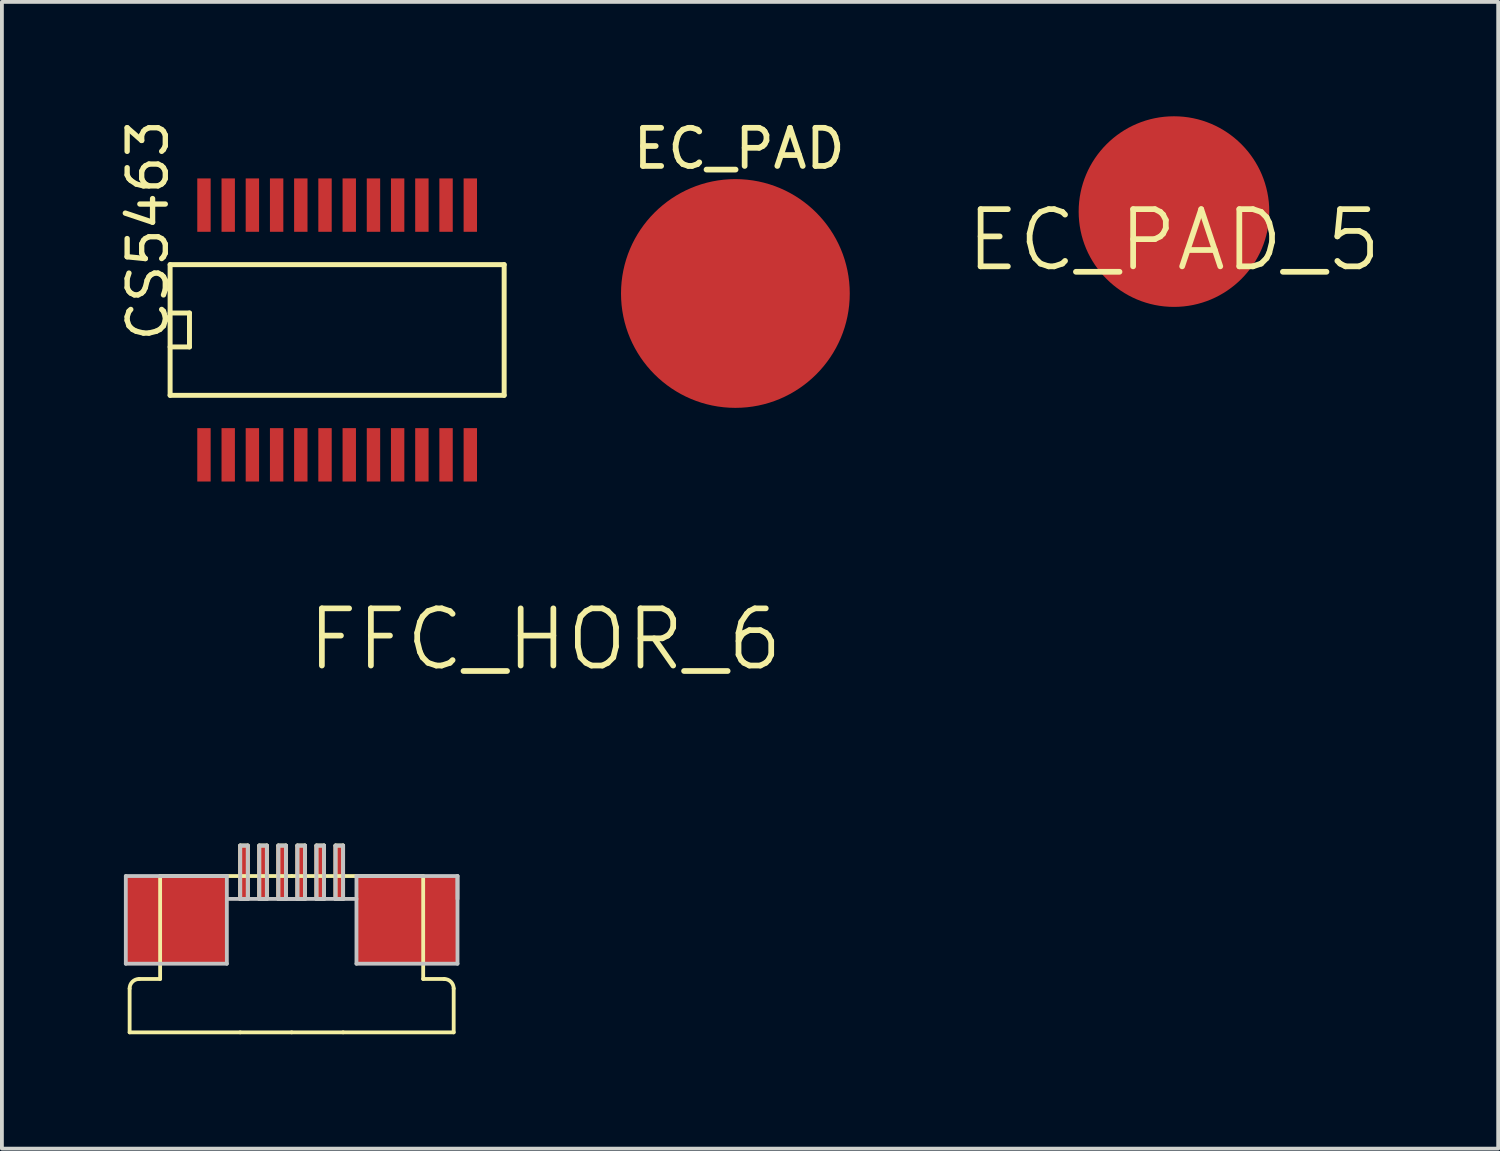
<source format=kicad_pcb>
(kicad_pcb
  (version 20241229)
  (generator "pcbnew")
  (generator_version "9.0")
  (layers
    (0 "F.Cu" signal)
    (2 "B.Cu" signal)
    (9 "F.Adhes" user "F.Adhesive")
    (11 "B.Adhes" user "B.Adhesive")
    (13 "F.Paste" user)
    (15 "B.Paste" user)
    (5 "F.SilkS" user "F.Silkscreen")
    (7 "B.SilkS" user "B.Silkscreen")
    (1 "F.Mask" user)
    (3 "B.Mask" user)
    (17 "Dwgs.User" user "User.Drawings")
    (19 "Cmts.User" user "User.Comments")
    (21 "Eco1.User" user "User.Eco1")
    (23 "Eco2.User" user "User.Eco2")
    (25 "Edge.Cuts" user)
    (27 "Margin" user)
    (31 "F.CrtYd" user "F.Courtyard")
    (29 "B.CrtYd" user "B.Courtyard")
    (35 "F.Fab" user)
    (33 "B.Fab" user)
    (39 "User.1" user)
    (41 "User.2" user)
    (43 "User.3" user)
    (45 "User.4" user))
  (footprint "EC_PAD"
    (layer "F.Cu")
    (at 16.239 4.648)
    (property "Reference" "EC_PAD" (at 0.1 -3.8 0) (layer "F.SilkS") (effects (font (size 1 1) (thickness 0.15))))
    (attr through_hole)
    (pad "1" smd circle (at 0 0) (size 6 6) (layers "F.Cu" "F.Mask" "F.Paste")))
  (footprint "EC_PAD_5"
    (layer "F.Cu")
    (at 27.743 2.5)
    (property "Reference" "EC_PAD_5" (at 0 0.75 0) (layer "F.SilkS") (effects (font (size 1.5 1.5) (thickness 0.15))))
    (attr through_hole)
    (pad "1" smd circle (at 0 0) (size 5 5) (layers "F.Cu" "F.Mask" "F.Paste")))
  (footprint "FFC_HOR_6"
    (layer "F.Cu")
    (at 0.25 22.221)
    (property "Reference" "FFC_HOR_6" (at 11 -8.5 0) (layer "F.SilkS") (effects (font (size 1.5 1.5) (thickness 0.15))))
    (attr through_hole)
    (fp_line (start 0.1 0.657) (end 0.1 1.807) (stroke (width 0.1) (type solid)) (layer "F.SilkS"))
    (fp_line (start 0.35 0.407) (end 0.9 0.407) (stroke (width 0.1) (type solid)) (layer "F.SilkS"))
    (fp_line (start 0.9 -2.293) (end 4.35 -2.293) (stroke (width 0.1) (type solid)) (layer "F.SilkS"))
    (fp_line (start 0.9 0.007) (end 0.9 -2.293) (stroke (width 0.1) (type solid)) (layer "F.SilkS"))
    (fp_line (start 0.9 0.007) (end 0.9 0.407) (stroke (width 0.1) (type solid)) (layer "F.SilkS"))
    (fp_line (start 3 -3.093) (end 3 -1.693) (stroke (width 0.1) (type solid)) (layer "F.SilkS"))
    (fp_line (start 3 -1.693) (end 3.2 -1.693) (stroke (width 0.1) (type solid)) (layer "F.SilkS"))
    (fp_line (start 3 1.807) (end 0.1 1.807) (stroke (width 0.1) (type solid)) (layer "F.SilkS"))
    (fp_line (start 3 1.807) (end 4.35 1.807) (stroke (width 0.1) (type solid)) (layer "F.SilkS"))
    (fp_line (start 3.2 -3.093) (end 3 -3.093) (stroke (width 0.1) (type solid)) (layer "F.SilkS"))
    (fp_line (start 3.2 -1.693) (end 3.2 -3.093) (stroke (width 0.1) (type solid)) (layer "F.SilkS"))
    (fp_line (start 3.5 -3.093) (end 3.5 -1.693) (stroke (width 0.1) (type solid)) (layer "F.SilkS"))
    (fp_line (start 3.5 -1.693) (end 3.7 -1.693) (stroke (width 0.1) (type solid)) (layer "F.SilkS"))
    (fp_line (start 3.7 -3.093) (end 3.5 -3.093) (stroke (width 0.1) (type solid)) (layer "F.SilkS"))
    (fp_line (start 3.7 -1.693) (end 3.7 -3.093) (stroke (width 0.1) (type solid)) (layer "F.SilkS"))
    (fp_line (start 4 -3.093) (end 4 -1.693) (stroke (width 0.1) (type solid)) (layer "F.SilkS"))
    (fp_line (start 4 -1.693) (end 4.2 -1.693) (stroke (width 0.1) (type solid)) (layer "F.SilkS"))
    (fp_line (start 4.2 -3.093) (end 4 -3.093) (stroke (width 0.1) (type solid)) (layer "F.SilkS"))
    (fp_line (start 4.2 -1.693) (end 4.2 -3.093) (stroke (width 0.1) (type solid)) (layer "F.SilkS"))
    (fp_line (start 4.5 -3.093) (end 4.5 -1.693) (stroke (width 0.1) (type solid)) (layer "F.SilkS"))
    (fp_line (start 4.5 -1.693) (end 4.7 -1.693) (stroke (width 0.1) (type solid)) (layer "F.SilkS"))
    (fp_line (start 4.7 -3.093) (end 4.5 -3.093) (stroke (width 0.1) (type solid)) (layer "F.SilkS"))
    (fp_line (start 4.7 -1.693) (end 4.7 -3.093) (stroke (width 0.1) (type solid)) (layer "F.SilkS"))
    (fp_line (start 5 -3.093) (end 5 -1.693) (stroke (width 0.1) (type solid)) (layer "F.SilkS"))
    (fp_line (start 5 -1.693) (end 5.2 -1.693) (stroke (width 0.1) (type solid)) (layer "F.SilkS"))
    (fp_line (start 5.2 -3.093) (end 5 -3.093) (stroke (width 0.1) (type solid)) (layer "F.SilkS"))
    (fp_line (start 5.2 -1.693) (end 5.2 -3.093) (stroke (width 0.1) (type solid)) (layer "F.SilkS"))
    (fp_line (start 5.5 -3.093) (end 5.5 -1.693) (stroke (width 0.1) (type solid)) (layer "F.SilkS"))
    (fp_line (start 5.5 -1.693) (end 5.7 -1.693) (stroke (width 0.1) (type solid)) (layer "F.SilkS"))
    (fp_line (start 5.7 -3.093) (end 5.5 -3.093) (stroke (width 0.1) (type solid)) (layer "F.SilkS"))
    (fp_line (start 5.7 -1.693) (end 5.7 -3.093) (stroke (width 0.1) (type solid)) (layer "F.SilkS"))
    (fp_line (start 5.7 1.807) (end 4.35 1.807) (stroke (width 0.1) (type solid)) (layer "F.SilkS"))
    (fp_line (start 5.7 1.807) (end 8.6 1.807) (stroke (width 0.1) (type solid)) (layer "F.SilkS"))
    (fp_line (start 7.8 -2.293) (end 4.35 -2.293) (stroke (width 0.1) (type solid)) (layer "F.SilkS"))
    (fp_line (start 7.8 0.007) (end 7.8 -2.293) (stroke (width 0.1) (type solid)) (layer "F.SilkS"))
    (fp_line (start 7.8 0.007) (end 7.8 0.407) (stroke (width 0.1) (type solid)) (layer "F.SilkS"))
    (fp_line (start 8.35 0.407) (end 7.8 0.407) (stroke (width 0.1) (type solid)) (layer "F.SilkS"))
    (fp_line (start 8.6 0.657) (end 8.6 1.807) (stroke (width 0.1) (type solid)) (layer "F.SilkS"))
    (fp_arc (start 0.1 0.6572) (mid 0.173223 0.480423) (end 0.35 0.4072) (stroke (width 0.1) (type solid)) (layer "F.SilkS"))
    (fp_arc (start 8.35 0.4072) (mid 8.526777 0.480423) (end 8.6 0.6572) (stroke (width 0.1) (type solid)) (layer "F.SilkS"))
    (fp_line (start 0 -2.293) (end 0 0.007) (stroke (width 0.1) (type solid)) (layer "Dwgs.User"))
    (fp_line (start 0 0.007) (end 2.65 0.007) (stroke (width 0.1) (type solid)) (layer "Dwgs.User"))
    (fp_line (start 2.65 -2.293) (end 0 -2.293) (stroke (width 0.1) (type solid)) (layer "Dwgs.User"))
    (fp_line (start 2.65 0.007) (end 2.65 -2.293) (stroke (width 0.1) (type solid)) (layer "Dwgs.User"))
    (fp_line (start 3 -3.093) (end 3 -1.693) (stroke (width 0.1) (type solid)) (layer "Dwgs.User"))
    (fp_line (start 3 -1.693) (end 3.2 -1.693) (stroke (width 0.1) (type solid)) (layer "Dwgs.User"))
    (fp_line (start 3.2 -3.093) (end 3 -3.093) (stroke (width 0.1) (type solid)) (layer "Dwgs.User"))
    (fp_line (start 3.2 -1.693) (end 3.2 -3.093) (stroke (width 0.1) (type solid)) (layer "Dwgs.User"))
    (fp_line (start 3.5 -3.093) (end 3.5 -1.693) (stroke (width 0.1) (type solid)) (layer "Dwgs.User"))
    (fp_line (start 3.5 -1.693) (end 3.7 -1.693) (stroke (width 0.1) (type solid)) (layer "Dwgs.User"))
    (fp_line (start 3.7 -3.093) (end 3.5 -3.093) (stroke (width 0.1) (type solid)) (layer "Dwgs.User"))
    (fp_line (start 3.7 -1.693) (end 3.7 -3.093) (stroke (width 0.1) (type solid)) (layer "Dwgs.User"))
    (fp_line (start 4 -3.093) (end 4 -1.693) (stroke (width 0.1) (type solid)) (layer "Dwgs.User"))
    (fp_line (start 4 -1.693) (end 4.2 -1.693) (stroke (width 0.1) (type solid)) (layer "Dwgs.User"))
    (fp_line (start 4.2 -3.093) (end 4 -3.093) (stroke (width 0.1) (type solid)) (layer "Dwgs.User"))
    (fp_line (start 4.2 -1.693) (end 4.2 -3.093) (stroke (width 0.1) (type solid)) (layer "Dwgs.User"))
    (fp_line (start 4.2 -1.693) (end 4.5 -1.693) (stroke (width 0.1) (type solid)) (layer "Dwgs.User"))
    (fp_line (start 4.5 -3.093) (end 4.5 -1.693) (stroke (width 0.1) (type solid)) (layer "Dwgs.User"))
    (fp_line (start 4.5 -1.693) (end 4.7 -1.693) (stroke (width 0.1) (type solid)) (layer "Dwgs.User"))
    (fp_line (start 4.7 -3.093) (end 4.5 -3.093) (stroke (width 0.1) (type solid)) (layer "Dwgs.User"))
    (fp_line (start 4.7 -1.693) (end 4.7 -3.093) (stroke (width 0.1) (type solid)) (layer "Dwgs.User"))
    (fp_line (start 5 -3.093) (end 5 -1.693) (stroke (width 0.1) (type solid)) (layer "Dwgs.User"))
    (fp_line (start 5 -1.693) (end 5.2 -1.693) (stroke (width 0.1) (type solid)) (layer "Dwgs.User"))
    (fp_line (start 5.2 -3.093) (end 5 -3.093) (stroke (width 0.1) (type solid)) (layer "Dwgs.User"))
    (fp_line (start 5.2 -1.693) (end 5.2 -3.093) (stroke (width 0.1) (type solid)) (layer "Dwgs.User"))
    (fp_line (start 5.5 -3.093) (end 5.5 -1.693) (stroke (width 0.1) (type solid)) (layer "Dwgs.User"))
    (fp_line (start 5.5 -1.693) (end 5.7 -1.693) (stroke (width 0.1) (type solid)) (layer "Dwgs.User"))
    (fp_line (start 5.7 -3.093) (end 5.5 -3.093) (stroke (width 0.1) (type solid)) (layer "Dwgs.User"))
    (fp_line (start 5.7 -1.693) (end 5.7 -3.093) (stroke (width 0.1) (type solid)) (layer "Dwgs.User"))
    (fp_line (start 6.05 -2.293) (end 6.05 0.007) (stroke (width 0.1) (type solid)) (layer "Dwgs.User"))
    (fp_line (start 6.05 -1.693) (end 2.65 -1.693) (stroke (width 0.1) (type solid)) (layer "Dwgs.User"))
    (fp_line (start 6.05 0.007) (end 8.7 0.007) (stroke (width 0.1) (type solid)) (layer "Dwgs.User"))
    (fp_line (start 8.7 -2.293) (end 6.05 -2.293) (stroke (width 0.1) (type solid)) (layer "Dwgs.User"))
    (fp_line (start 8.7 -2.293) (end 8.7 -1.693) (stroke (width 0.1) (type solid)) (layer "Dwgs.User"))
    (fp_line (start 8.7 0.007) (end 8.7 -2.293) (stroke (width 0.1) (type solid)) (layer "Dwgs.User"))
    (pad "" smd rect (at 1.3 -1.15) (size 2.65 2.3) (layers "F.Cu" "F.Mask" "F.Paste"))
    (pad "" smd rect (at 7.35 -1.15) (size 2.65 2.3) (layers "F.Cu" "F.Mask" "F.Paste"))
    (pad "1" smd rect (at 3.1 -2.4) (size 0.3 1.4) (layers "F.Cu" "F.Mask" "F.Paste"))
    (pad "2" smd rect (at 3.6 -2.4) (size 0.3 1.4) (layers "F.Cu" "F.Mask" "F.Paste"))
    (pad "3" smd rect (at 4.1 -2.4) (size 0.3 1.4) (layers "F.Cu" "F.Mask" "F.Paste"))
    (pad "4" smd rect (at 4.6 -2.4) (size 0.3 1.4) (layers "F.Cu" "F.Mask" "F.Paste"))
    (pad "5" smd rect (at 5.1 -2.4) (size 0.3 1.4) (layers "F.Cu" "F.Mask" "F.Paste"))
    (pad "6" smd rect (at 5.6 -2.4) (size 0.3 1.4) (layers "F.Cu" "F.Mask" "F.Paste")))
  (footprint "CS5463"
    (layer "F.Cu")
    (at 5.793 5.605)
    (property "Reference" "CS5463" (at -4.963 -2.612 90) (layer "F.SilkS") (effects (font (size 1.001 1.001) (thickness 0.14))))
    (attr smd)
    (fp_line (start -4.381 -1.714) (end 4.381 -1.714) (stroke (width 0.13) (type solid)) (layer "F.SilkS"))
    (fp_line (start -4.381 -0.445) (end -3.873 -0.445) (stroke (width 0.13) (type solid)) (layer "F.SilkS"))
    (fp_line (start -4.381 0.445) (end -3.873 0.445) (stroke (width 0.13) (type solid)) (layer "F.SilkS"))
    (fp_line (start -4.381 1.714) (end -4.381 -1.714) (stroke (width 0.13) (type solid)) (layer "F.SilkS"))
    (fp_line (start -3.873 -0.445) (end -3.873 0.445) (stroke (width 0.13) (type solid)) (layer "F.SilkS"))
    (fp_line (start 4.381 -1.714) (end 4.381 1.714) (stroke (width 0.13) (type solid)) (layer "F.SilkS"))
    (fp_line (start 4.381 1.714) (end -4.381 1.714) (stroke (width 0.13) (type solid)) (layer "F.SilkS"))
    (pad "1" smd rect (at -3.493 3.275) (size 0.351 1.4) (layers "F.Cu" "F.Mask" "F.Paste"))
    (pad "2" smd rect (at -2.857 3.275) (size 0.351 1.4) (layers "F.Cu" "F.Mask" "F.Paste"))
    (pad "3" smd rect (at -2.223 3.275) (size 0.351 1.4) (layers "F.Cu" "F.Mask" "F.Paste"))
    (pad "4" smd rect (at -1.587 3.275) (size 0.351 1.4) (layers "F.Cu" "F.Mask" "F.Paste"))
    (pad "5" smd rect (at -0.953 3.275) (size 0.351 1.4) (layers "F.Cu" "F.Mask" "F.Paste"))
    (pad "6" smd rect (at -0.318 3.275) (size 0.351 1.4) (layers "F.Cu" "F.Mask" "F.Paste"))
    (pad "7" smd rect (at 0.318 3.275) (size 0.351 1.4) (layers "F.Cu" "F.Mask" "F.Paste"))
    (pad "8" smd rect (at 0.953 3.275) (size 0.351 1.4) (layers "F.Cu" "F.Mask" "F.Paste"))
    (pad "9" smd rect (at 1.587 3.275) (size 0.351 1.4) (layers "F.Cu" "F.Mask" "F.Paste"))
    (pad "10" smd rect (at 2.223 3.275) (size 0.351 1.4) (layers "F.Cu" "F.Mask" "F.Paste"))
    (pad "11" smd rect (at 2.857 3.275) (size 0.351 1.4) (layers "F.Cu" "F.Mask" "F.Paste"))
    (pad "12" smd rect (at 3.493 3.275) (size 0.351 1.4) (layers "F.Cu" "F.Mask" "F.Paste"))
    (pad "13" smd rect (at 3.493 -3.275) (size 0.351 1.4) (layers "F.Cu" "F.Mask" "F.Paste"))
    (pad "14" smd rect (at 2.857 -3.275) (size 0.351 1.4) (layers "F.Cu" "F.Mask" "F.Paste"))
    (pad "15" smd rect (at 2.223 -3.275) (size 0.351 1.4) (layers "F.Cu" "F.Mask" "F.Paste"))
    (pad "16" smd rect (at 1.587 -3.275) (size 0.351 1.4) (layers "F.Cu" "F.Mask" "F.Paste"))
    (pad "17" smd rect (at 0.953 -3.275) (size 0.351 1.4) (layers "F.Cu" "F.Mask" "F.Paste"))
    (pad "18" smd rect (at 0.318 -3.275) (size 0.351 1.4) (layers "F.Cu" "F.Mask" "F.Paste"))
    (pad "19" smd rect (at -0.318 -3.275) (size 0.351 1.4) (layers "F.Cu" "F.Mask" "F.Paste"))
    (pad "20" smd rect (at -0.953 -3.275) (size 0.351 1.4) (layers "F.Cu" "F.Mask" "F.Paste"))
    (pad "21" smd rect (at -1.587 -3.275) (size 0.351 1.4) (layers "F.Cu" "F.Mask" "F.Paste"))
    (pad "22" smd rect (at -2.223 -3.275) (size 0.351 1.4) (layers "F.Cu" "F.Mask" "F.Paste"))
    (pad "23" smd rect (at -2.857 -3.275) (size 0.351 1.4) (layers "F.Cu" "F.Mask" "F.Paste"))
    (pad "24" smd rect (at -3.493 -3.275) (size 0.351 1.4) (layers "F.Cu" "F.Mask" "F.Paste")))
  (gr_rect
    (start -3 -3)
    (end 36.247 27.078)
    (stroke (width 0.1) (type default))
    (fill no)
    (layer "Edge.Cuts")))
</source>
